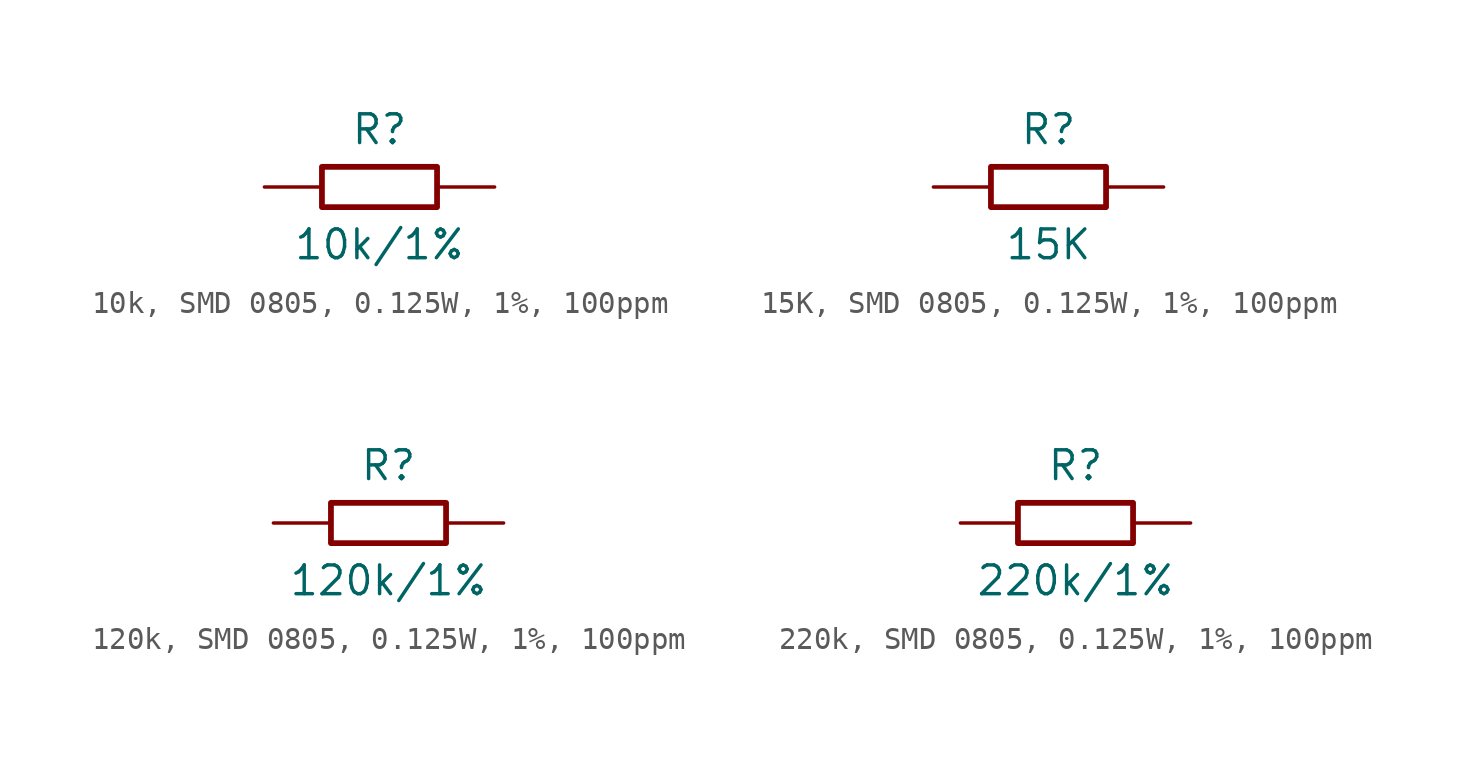
<source format=kicad_sym>
(kicad_symbol_lib
  (version 20241209)
  (generator "kicad_symbol_editor")
  (generator_version "9.0")
  (symbol "10k, SMD 0805, 0.125W, 1%, 100ppm"
    (pin_numbers
      (hide yes))
    (pin_names
      (offset 0)
      (hide yes))
    (property "Reference" "R"
      (at 0 2.54 0)
      (effects (font (size 1.27 1.27))))
    (property "Value" "10k/1%"
      (at 0 -2.54 0)
      (effects (font (size 1.27 1.27))))
    (symbol "10k, SMD 0805, 0.125W, 1%, 100ppm_0_1"
      (rectangle (start -2.54 0.889) (end 2.54 -0.889) (stroke (width 0.254) (type default)) (fill (type none))))
    (symbol "10k, SMD 0805, 0.125W, 1%, 100ppm_1_1"
      (pin passive line (at -5.08 0 0) (length 2.54) (name "1" (effects (font (size 1.27 1.27)))) (number "1" (effects (font (size 1.27 1.27)))))
      (pin passive line (at 5.08 0 180) (length 2.54) (name "2" (effects (font (size 1.27 1.27)))) (number "2" (effects (font (size 1.27 1.27)))))))
  (symbol "15K, SMD 0805, 0.125W, 1%, 100ppm"
    (pin_numbers
      (hide yes))
    (pin_names
      (offset 0)
      (hide yes))
    (property "Reference" "R"
      (at 0 2.54 0)
      (effects (font (size 1.27 1.27))))
    (property "Value" "15K"
      (at 0 -2.54 0)
      (effects (font (size 1.27 1.27))))
    (symbol "15K, SMD 0805, 0.125W, 1%, 100ppm_0_1"
      (rectangle (start -2.54 0.889) (end 2.54 -0.889) (stroke (width 0.254) (type default)) (fill (type none))))
    (symbol "15K, SMD 0805, 0.125W, 1%, 100ppm_1_1"
      (pin passive line (at -5.08 0 0) (length 2.54) (name "1" (effects (font (size 1.27 1.27)))) (number "1" (effects (font (size 1.27 1.27)))))
      (pin passive line (at 5.08 0 180) (length 2.54) (name "2" (effects (font (size 1.27 1.27)))) (number "2" (effects (font (size 1.27 1.27)))))))
  (symbol "120k, SMD 0805, 0.125W, 1%, 100ppm"
    (pin_numbers
      (hide yes))
    (pin_names
      (offset 0)
      (hide yes))
    (property "Reference" "R"
      (at 0 2.54 0)
      (effects (font (size 1.27 1.27))))
    (property "Value" "120k/1%"
      (at 0 -2.54 0)
      (effects (font (size 1.27 1.27))))
    (symbol "120k, SMD 0805, 0.125W, 1%, 100ppm_0_1"
      (rectangle (start -2.54 0.889) (end 2.54 -0.889) (stroke (width 0.254) (type default)) (fill (type none))))
    (symbol "120k, SMD 0805, 0.125W, 1%, 100ppm_1_1"
      (pin passive line (at -5.08 0 0) (length 2.54) (name "1" (effects (font (size 1.27 1.27)))) (number "1" (effects (font (size 1.27 1.27)))))
      (pin passive line (at 5.08 0 180) (length 2.54) (name "2" (effects (font (size 1.27 1.27)))) (number "2" (effects (font (size 1.27 1.27)))))))
  (symbol "220k, SMD 0805, 0.125W, 1%, 100ppm"
    (pin_numbers
      (hide yes))
    (pin_names
      (offset 0)
      (hide yes))
    (property "Reference" "R"
      (at 0 2.54 0)
      (effects (font (size 1.27 1.27))))
    (property "Value" "220k/1%"
      (at 0 -2.54 0)
      (effects (font (size 1.27 1.27))))
    (symbol "220k, SMD 0805, 0.125W, 1%, 100ppm_0_1"
      (rectangle (start -2.54 0.889) (end 2.54 -0.889) (stroke (width 0.254) (type default)) (fill (type none))))
    (symbol "220k, SMD 0805, 0.125W, 1%, 100ppm_1_1"
      (pin passive line (at -5.08 0 0) (length 2.54) (name "1" (effects (font (size 1.27 1.27)))) (number "1" (effects (font (size 1.27 1.27)))))
      (pin passive line (at 5.08 0 180) (length 2.54) (name "2" (effects (font (size 1.27 1.27)))) (number "2" (effects (font (size 1.27 1.27))))))))
</source>
